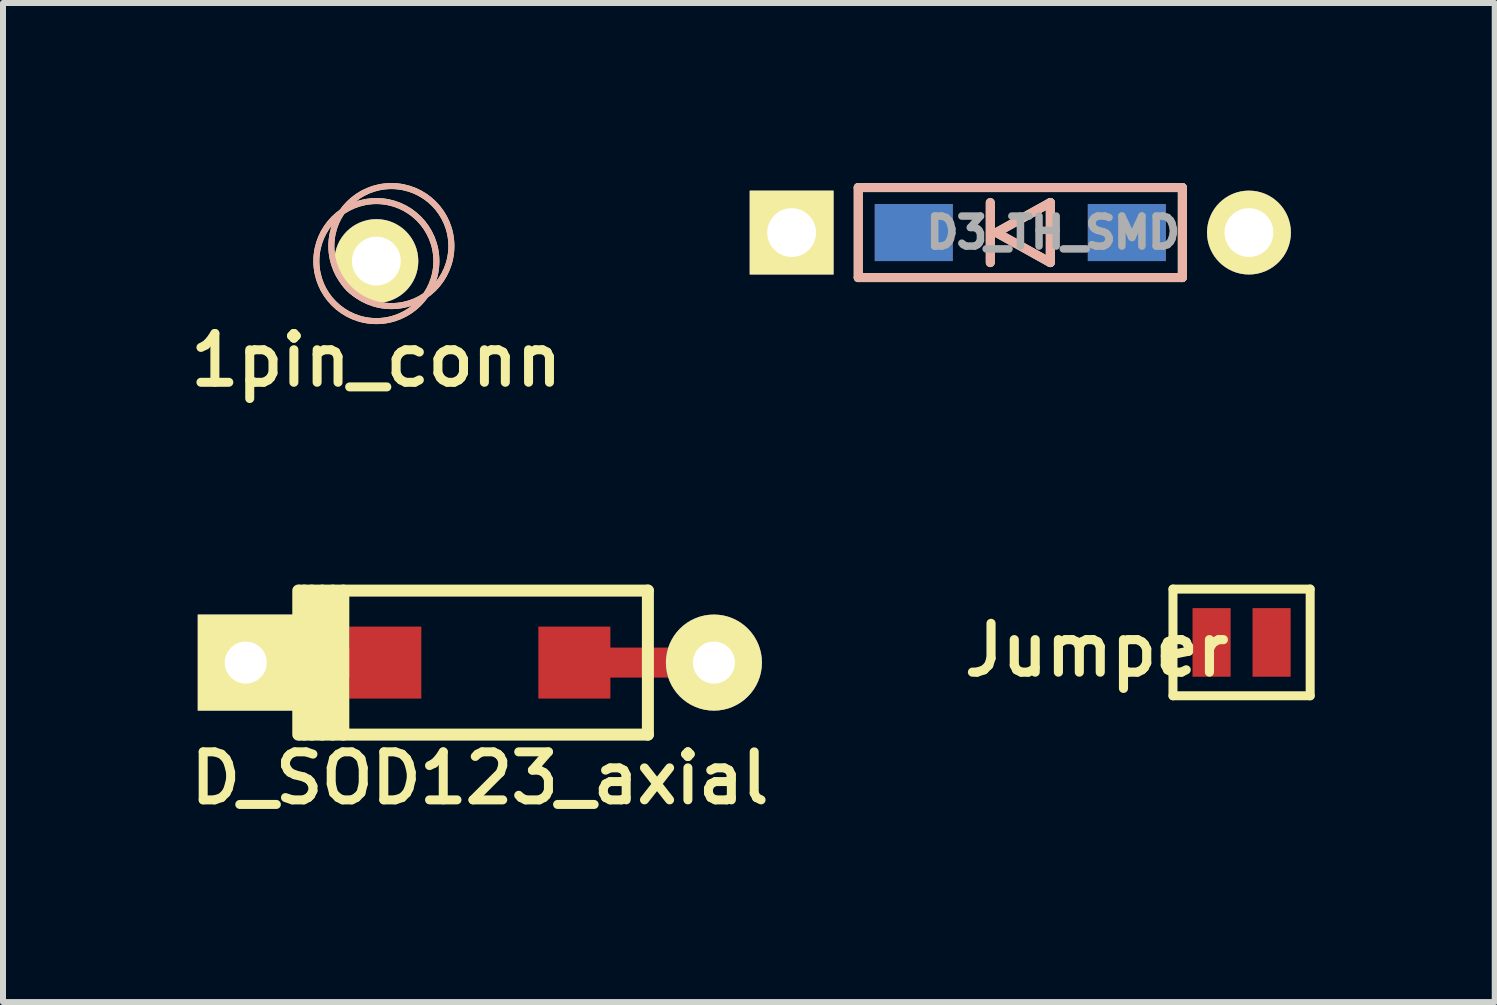
<source format=kicad_pcb>
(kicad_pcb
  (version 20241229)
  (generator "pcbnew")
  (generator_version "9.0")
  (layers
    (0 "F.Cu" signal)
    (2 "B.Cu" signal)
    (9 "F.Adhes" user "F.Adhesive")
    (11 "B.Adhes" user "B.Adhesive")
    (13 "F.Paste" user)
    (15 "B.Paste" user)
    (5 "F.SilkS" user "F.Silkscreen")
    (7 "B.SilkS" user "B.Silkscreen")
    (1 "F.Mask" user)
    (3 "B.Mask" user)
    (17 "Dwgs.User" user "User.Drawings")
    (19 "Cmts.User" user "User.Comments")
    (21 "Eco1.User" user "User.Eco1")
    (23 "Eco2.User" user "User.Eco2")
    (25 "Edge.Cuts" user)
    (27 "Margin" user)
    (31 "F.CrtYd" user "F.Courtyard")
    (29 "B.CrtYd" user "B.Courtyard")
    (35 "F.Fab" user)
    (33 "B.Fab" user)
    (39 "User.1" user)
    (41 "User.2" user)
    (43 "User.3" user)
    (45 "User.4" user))
  (footprint "D3_TH_SMD"
    (layer "F.Cu")
    (at 13.95 0.825)
    (property "Reference" "D3_TH_SMD" (at 0.55 0 0) (layer "F.Fab") (effects (font (size 0.5 0.5) (thickness 0.125))))
    (attr through_hole)
    (fp_line (start -2.7 -0.75) (end -2.7 0.75) (stroke (width 0.15) (type solid)) (layer "F.SilkS"))
    (fp_line (start -2.7 0.75) (end 2.7 0.75) (stroke (width 0.15) (type solid)) (layer "F.SilkS"))
    (fp_line (start -0.5 -0.5) (end -0.5 0.5) (stroke (width 0.15) (type solid)) (layer "F.SilkS"))
    (fp_line (start -0.4 0) (end 0.5 -0.5) (stroke (width 0.15) (type solid)) (layer "F.SilkS"))
    (fp_line (start 0.5 -0.5) (end 0.5 0.5) (stroke (width 0.15) (type solid)) (layer "F.SilkS"))
    (fp_line (start 0.5 0.5) (end -0.4 0) (stroke (width 0.15) (type solid)) (layer "F.SilkS"))
    (fp_line (start 2.7 -0.75) (end -2.7 -0.75) (stroke (width 0.15) (type solid)) (layer "F.SilkS"))
    (fp_line (start 2.7 0.75) (end 2.7 -0.75) (stroke (width 0.15) (type solid)) (layer "F.SilkS"))
    (fp_line (start -2.7 -0.75) (end -2.7 0.75) (stroke (width 0.15) (type solid)) (layer "B.SilkS"))
    (fp_line (start -2.7 0.75) (end 2.7 0.75) (stroke (width 0.15) (type solid)) (layer "B.SilkS"))
    (fp_line (start -0.5 -0.5) (end -0.5 0.5) (stroke (width 0.15) (type solid)) (layer "B.SilkS"))
    (fp_line (start -0.4 0) (end 0.5 -0.5) (stroke (width 0.15) (type solid)) (layer "B.SilkS"))
    (fp_line (start 0.5 -0.5) (end 0.5 0.5) (stroke (width 0.15) (type solid)) (layer "B.SilkS"))
    (fp_line (start 0.5 0.5) (end -0.4 0) (stroke (width 0.15) (type solid)) (layer "B.SilkS"))
    (fp_line (start 2.7 -0.75) (end -2.7 -0.75) (stroke (width 0.15) (type solid)) (layer "B.SilkS"))
    (fp_line (start 2.7 0.75) (end 2.7 -0.75) (stroke (width 0.15) (type solid)) (layer "B.SilkS"))
    (pad "1" thru_hole rect (at -3.81 0) (size 1.397 1.397) (drill 0.813) (layers "*.Cu" "*.Mask" "F.SilkS"))
    (pad "1" smd rect (at -1.775 0) (size 1.3 0.95) (layers "F.Cu" "F.Mask" "F.Paste"))
    (pad "1" smd rect (at -1.775 0) (size 1.3 0.95) (layers "B.Cu" "B.Mask" "B.Paste"))
    (pad "2" smd rect (at 1.775 0) (size 1.3 0.95) (layers "F.Cu" "F.Mask" "F.Paste"))
    (pad "2" smd rect (at 1.775 0) (size 1.3 0.95) (layers "B.Cu" "B.Mask" "B.Paste"))
    (pad "2" thru_hole circle (at 3.81 0) (size 1.397 1.397) (drill 0.813) (layers "*.Cu" "*.Mask" "F.SilkS")))
  (footprint "Jumper"
    (layer "F.Cu")
    (at 17.637 7.654)
    (property "Reference" "Jumper" (at -2.413 0.127 0) (layer "F.SilkS") (effects (font (size 0.813 0.813) (thickness 0.152))))
    (attr smd)
    (fp_line (start -1.143 -0.889) (end 1.143 -0.889) (stroke (width 0.15) (type solid)) (layer "F.SilkS"))
    (fp_line (start -1.143 0.889) (end -1.143 -0.889) (stroke (width 0.15) (type solid)) (layer "F.SilkS"))
    (fp_line (start 1.143 -0.889) (end 1.143 0.889) (stroke (width 0.15) (type solid)) (layer "F.SilkS"))
    (fp_line (start 1.143 0.889) (end -1.143 0.889) (stroke (width 0.15) (type solid)) (layer "F.SilkS"))
    (pad "1" smd rect (at -0.5 0) (size 0.635 1.143) (layers "F.Cu" "F.Mask" "F.Paste"))
    (pad "2" smd rect (at 0.5 0) (size 0.635 1.143) (layers "F.Cu" "F.Mask" "F.Paste")))
  (footprint "1pin_conn"
    (layer "F.Cu")
    (at 3.221 1.3)
    (property "Reference" "1pin_conn" (at 0 1.651 0) (layer "F.SilkS") (effects (font (size 0.813 0.813) (thickness 0.15))))
    (attr through_hole)
    (fp_circle (center 0 0) (end 1 0) (stroke (width 0.1) (type solid)) (fill no) (layer "F.SilkS"))
    (fp_circle (center 0.25 -0.25) (end 1.25 -0.25) (stroke (width 0.1) (type solid)) (fill no) (layer "F.SilkS"))
    (fp_circle (center 0 0) (end 1 0) (stroke (width 0.1) (type solid)) (fill no) (layer "B.SilkS"))
    (fp_circle (center 0.25 -0.25) (end 1.25 -0.25) (stroke (width 0.1) (type solid)) (fill no) (layer "B.SilkS"))
    (pad "1" thru_hole circle (at 0 0) (size 1.397 1.397) (drill 0.813) (layers "*.Cu" "*.Mask" "F.SilkS")))
  (footprint "D_SOD123_axial"
    (layer "F.Cu")
    (at 4.945 7.99)
    (property "Reference" "D_SOD123_axial" (at 0 1.925 0) (layer "F.SilkS") (effects (font (size 0.8 0.8) (thickness 0.15))))
    (attr smd)
    (fp_line (start -3.025 1.2) (end -3.025 -1.2) (stroke (width 0.2) (type solid)) (layer "F.SilkS"))
    (fp_line (start -3 -1.2) (end 2.8 -1.2) (stroke (width 0.2) (type solid)) (layer "F.SilkS"))
    (fp_line (start -2.925 -1.2) (end -2.925 1.2) (stroke (width 0.2) (type solid)) (layer "F.SilkS"))
    (fp_line (start -2.8 -1.2) (end -2.8 1.2) (stroke (width 0.2) (type solid)) (layer "F.SilkS"))
    (fp_line (start -2.625 -1.2) (end -2.625 1.2) (stroke (width 0.2) (type solid)) (layer "F.SilkS"))
    (fp_line (start -2.45 -1.2) (end -2.45 1.2) (stroke (width 0.2) (type solid)) (layer "F.SilkS"))
    (fp_line (start -2.275 -1.2) (end -2.275 1.2) (stroke (width 0.2) (type solid)) (layer "F.SilkS"))
    (fp_line (start 2.8 -1.2) (end 2.8 1.2) (stroke (width 0.2) (type solid)) (layer "F.SilkS"))
    (fp_line (start 2.8 1.2) (end -3 1.2) (stroke (width 0.2) (type solid)) (layer "F.SilkS"))
    (pad "1" thru_hole rect (at -3.9 0) (size 1.6 1.6) (drill 0.7) (layers "*.Cu" "*.Mask" "F.SilkS"))
    (pad "1" smd rect (at -2.7 0) (size 2.5 0.5) (layers "F.Cu"))
    (pad "1" smd rect (at -1.575 0) (size 1.2 1.2) (layers "F.Cu" "F.Mask" "F.Paste"))
    (pad "2" smd rect (at 1.575 0) (size 1.2 1.2) (layers "F.Cu" "F.Mask" "F.Paste"))
    (pad "2" smd rect (at 2.7 0) (size 2.5 0.5) (layers "F.Cu"))
    (pad "2" thru_hole circle (at 3.9 0) (size 1.6 1.6) (drill 0.7) (layers "*.Cu" "*.Mask" "F.SilkS")))
  (gr_rect
    (start -3 -3)
    (end 21.855 13.646)
    (stroke (width 0.1) (type default))
    (fill no)
    (layer "Edge.Cuts")))
</source>
